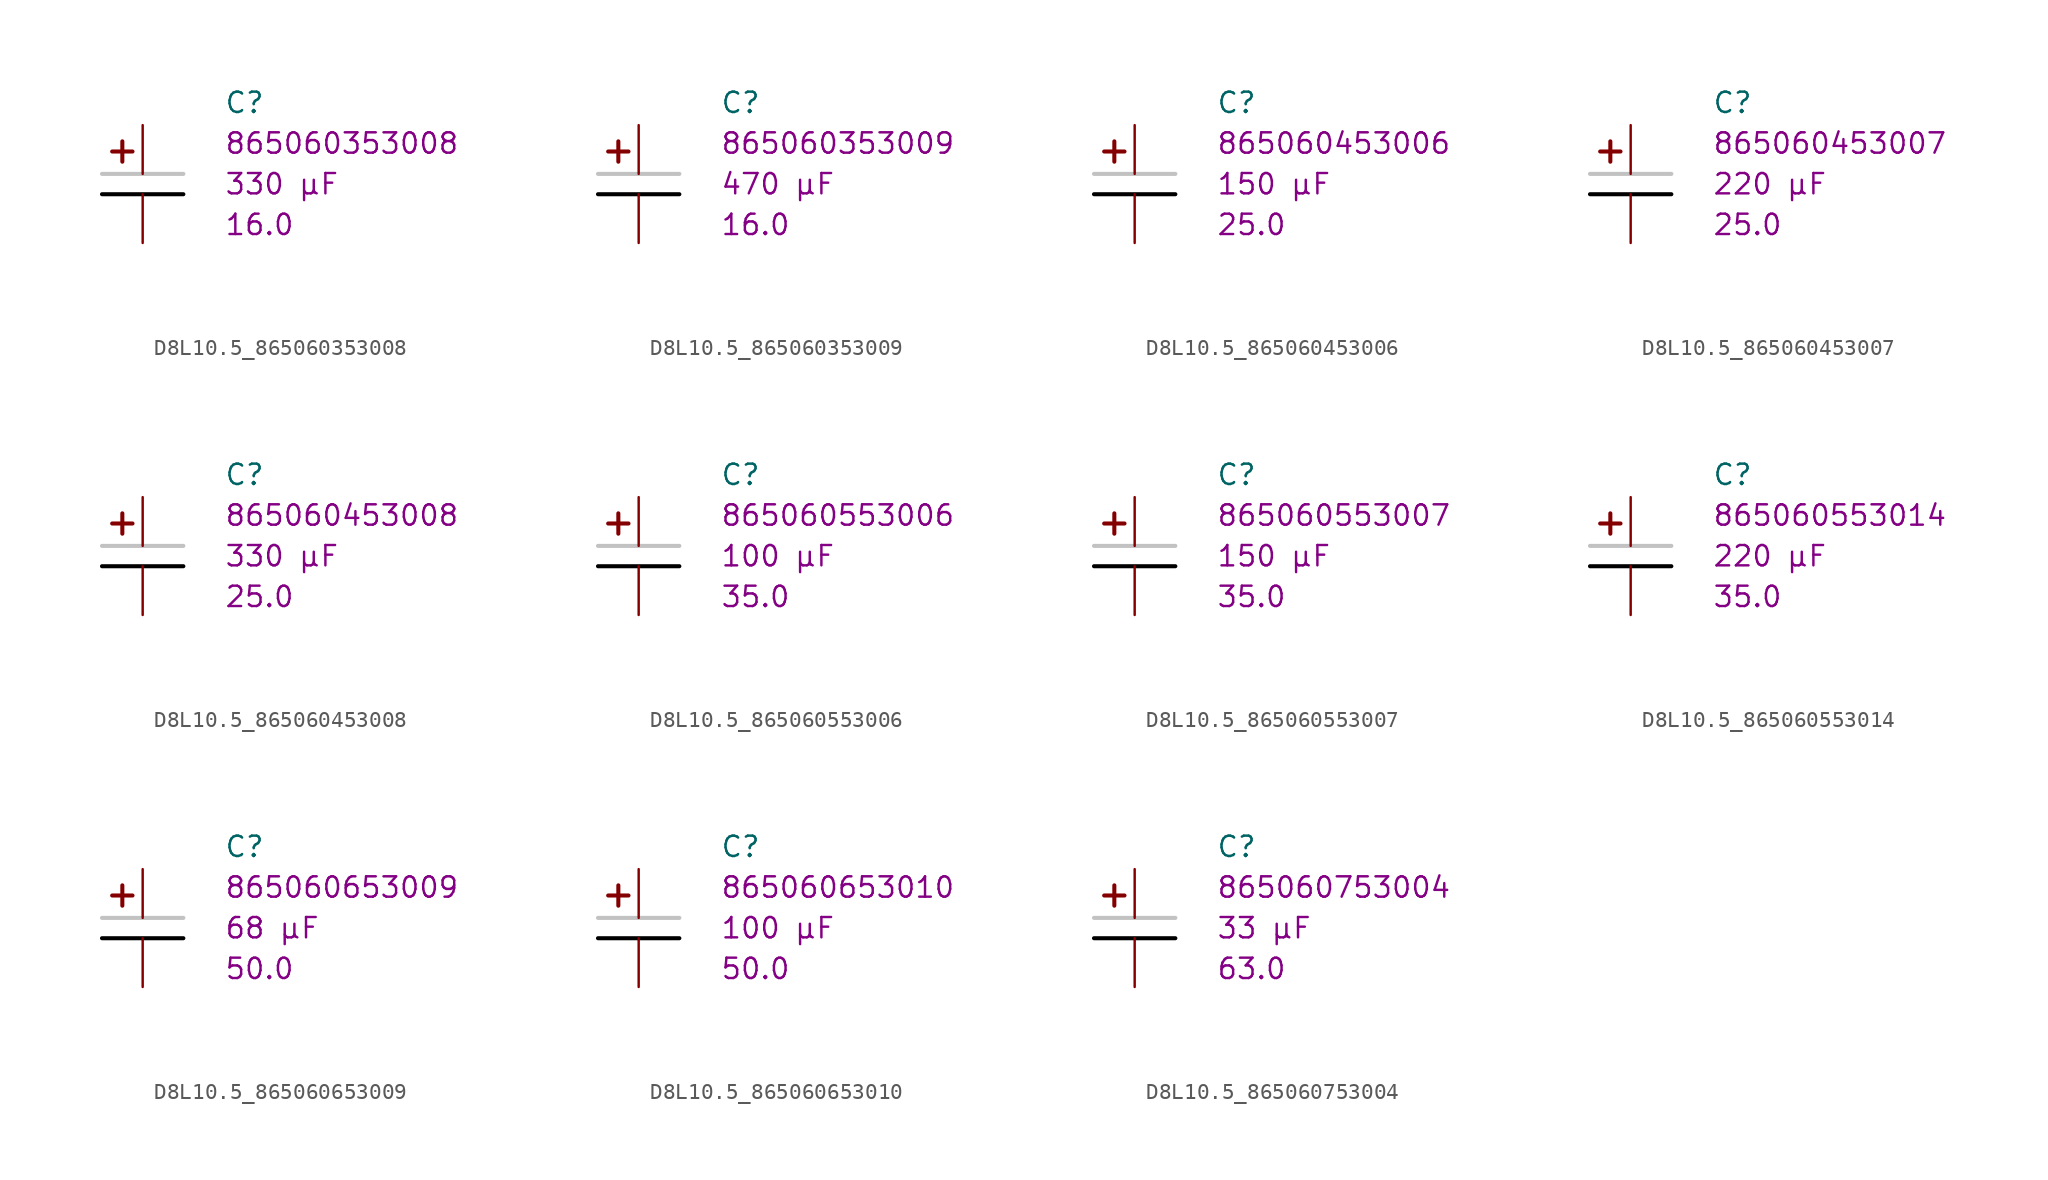
<source format=kicad_sym>
(kicad_symbol_lib
  (version 20220914)
  (generator kicad_symbol_editor)
  (symbol "D8L10.5_865060353008"
    (pin_numbers hide)
    (pin_names hide)
    (property "Reference" "C"
      (at 5.08 5.08 0)
      (effects (font (size 1.27 1.27)) (justify left)))
    (property "Part Number" "865060353008"
      (at 5.08 2.54 0)
      (effects (font (size 1.27 1.27)) (justify left)))
    (property "Capacitance" "330 µF"
      (at 5.08 0 0)
      (effects (font (size 1.27 1.27)) (justify left)))
    (property "Voltage" "16.0"
      (at 5.08 -2.54 0)
      (effects (font (size 1.27 1.27)) (justify left)))
    (property "Critical Parameter" ""
      (at 0 -7.62 0)
      (effects (font (size 1.27 1.27))))
    (symbol "D8L10.5_865060353008_1_1"
      (polyline (pts (xy -1.27 2.667) (xy -1.27 1.397)) (stroke (width 0.254) (type default)) (fill (type none)))
      (polyline (pts (xy -0.635 2.032) (xy -1.905 2.032)) (stroke (width 0.254) (type default)) (fill (type none)))
      (polyline (pts (xy 2.54 -0.635) (xy -2.54 -0.635)) (stroke (width 0.254) (type default) (color 0 0 0 1)) (fill (type none)))
      (polyline (pts (xy 2.54 0.635) (xy -2.54 0.635)) (stroke (width 0.254) (type default) (color 194 194 194 1)) (fill (type none)))
      (pin passive line (at 0 3.679 270) (length 3.044) (name "1" (effects (font (size 1.27 1.27)))) (number "1" (effects (font (size 1.27 1.27)))))
      (pin passive line (at 0 -3.679 90) (length 3.044) (name "2" (effects (font (size 1.27 1.27)))) (number "2" (effects (font (size 1.27 1.27)))))))
  (symbol "D8L10.5_865060353009"
    (pin_numbers hide)
    (pin_names hide)
    (property "Reference" "C"
      (at 5.08 5.08 0)
      (effects (font (size 1.27 1.27)) (justify left)))
    (property "Part Number" "865060353009"
      (at 5.08 2.54 0)
      (effects (font (size 1.27 1.27)) (justify left)))
    (property "Capacitance" "470 µF"
      (at 5.08 0 0)
      (effects (font (size 1.27 1.27)) (justify left)))
    (property "Voltage" "16.0"
      (at 5.08 -2.54 0)
      (effects (font (size 1.27 1.27)) (justify left)))
    (property "Critical Parameter" ""
      (at 0 -7.62 0)
      (effects (font (size 1.27 1.27))))
    (symbol "D8L10.5_865060353009_1_1"
      (polyline (pts (xy -1.27 2.667) (xy -1.27 1.397)) (stroke (width 0.254) (type default)) (fill (type none)))
      (polyline (pts (xy -0.635 2.032) (xy -1.905 2.032)) (stroke (width 0.254) (type default)) (fill (type none)))
      (polyline (pts (xy 2.54 -0.635) (xy -2.54 -0.635)) (stroke (width 0.254) (type default) (color 0 0 0 1)) (fill (type none)))
      (polyline (pts (xy 2.54 0.635) (xy -2.54 0.635)) (stroke (width 0.254) (type default) (color 194 194 194 1)) (fill (type none)))
      (pin passive line (at 0 3.679 270) (length 3.044) (name "1" (effects (font (size 1.27 1.27)))) (number "1" (effects (font (size 1.27 1.27)))))
      (pin passive line (at 0 -3.679 90) (length 3.044) (name "2" (effects (font (size 1.27 1.27)))) (number "2" (effects (font (size 1.27 1.27)))))))
  (symbol "D8L10.5_865060453006"
    (pin_numbers hide)
    (pin_names hide)
    (property "Reference" "C"
      (at 5.08 5.08 0)
      (effects (font (size 1.27 1.27)) (justify left)))
    (property "Part Number" "865060453006"
      (at 5.08 2.54 0)
      (effects (font (size 1.27 1.27)) (justify left)))
    (property "Capacitance" "150 µF"
      (at 5.08 0 0)
      (effects (font (size 1.27 1.27)) (justify left)))
    (property "Voltage" "25.0"
      (at 5.08 -2.54 0)
      (effects (font (size 1.27 1.27)) (justify left)))
    (property "Critical Parameter" ""
      (at 0 -7.62 0)
      (effects (font (size 1.27 1.27))))
    (symbol "D8L10.5_865060453006_1_1"
      (polyline (pts (xy -1.27 2.667) (xy -1.27 1.397)) (stroke (width 0.254) (type default)) (fill (type none)))
      (polyline (pts (xy -0.635 2.032) (xy -1.905 2.032)) (stroke (width 0.254) (type default)) (fill (type none)))
      (polyline (pts (xy 2.54 -0.635) (xy -2.54 -0.635)) (stroke (width 0.254) (type default) (color 0 0 0 1)) (fill (type none)))
      (polyline (pts (xy 2.54 0.635) (xy -2.54 0.635)) (stroke (width 0.254) (type default) (color 194 194 194 1)) (fill (type none)))
      (pin passive line (at 0 3.679 270) (length 3.044) (name "1" (effects (font (size 1.27 1.27)))) (number "1" (effects (font (size 1.27 1.27)))))
      (pin passive line (at 0 -3.679 90) (length 3.044) (name "2" (effects (font (size 1.27 1.27)))) (number "2" (effects (font (size 1.27 1.27)))))))
  (symbol "D8L10.5_865060453007"
    (pin_numbers hide)
    (pin_names hide)
    (property "Reference" "C"
      (at 5.08 5.08 0)
      (effects (font (size 1.27 1.27)) (justify left)))
    (property "Part Number" "865060453007"
      (at 5.08 2.54 0)
      (effects (font (size 1.27 1.27)) (justify left)))
    (property "Capacitance" "220 µF"
      (at 5.08 0 0)
      (effects (font (size 1.27 1.27)) (justify left)))
    (property "Voltage" "25.0"
      (at 5.08 -2.54 0)
      (effects (font (size 1.27 1.27)) (justify left)))
    (property "Critical Parameter" ""
      (at 0 -7.62 0)
      (effects (font (size 1.27 1.27))))
    (symbol "D8L10.5_865060453007_1_1"
      (polyline (pts (xy -1.27 2.667) (xy -1.27 1.397)) (stroke (width 0.254) (type default)) (fill (type none)))
      (polyline (pts (xy -0.635 2.032) (xy -1.905 2.032)) (stroke (width 0.254) (type default)) (fill (type none)))
      (polyline (pts (xy 2.54 -0.635) (xy -2.54 -0.635)) (stroke (width 0.254) (type default) (color 0 0 0 1)) (fill (type none)))
      (polyline (pts (xy 2.54 0.635) (xy -2.54 0.635)) (stroke (width 0.254) (type default) (color 194 194 194 1)) (fill (type none)))
      (pin passive line (at 0 3.679 270) (length 3.044) (name "1" (effects (font (size 1.27 1.27)))) (number "1" (effects (font (size 1.27 1.27)))))
      (pin passive line (at 0 -3.679 90) (length 3.044) (name "2" (effects (font (size 1.27 1.27)))) (number "2" (effects (font (size 1.27 1.27)))))))
  (symbol "D8L10.5_865060453008"
    (pin_numbers hide)
    (pin_names hide)
    (property "Reference" "C"
      (at 5.08 5.08 0)
      (effects (font (size 1.27 1.27)) (justify left)))
    (property "Part Number" "865060453008"
      (at 5.08 2.54 0)
      (effects (font (size 1.27 1.27)) (justify left)))
    (property "Capacitance" "330 µF"
      (at 5.08 0 0)
      (effects (font (size 1.27 1.27)) (justify left)))
    (property "Voltage" "25.0"
      (at 5.08 -2.54 0)
      (effects (font (size 1.27 1.27)) (justify left)))
    (property "Critical Parameter" ""
      (at 0 -7.62 0)
      (effects (font (size 1.27 1.27))))
    (symbol "D8L10.5_865060453008_1_1"
      (polyline (pts (xy -1.27 2.667) (xy -1.27 1.397)) (stroke (width 0.254) (type default)) (fill (type none)))
      (polyline (pts (xy -0.635 2.032) (xy -1.905 2.032)) (stroke (width 0.254) (type default)) (fill (type none)))
      (polyline (pts (xy 2.54 -0.635) (xy -2.54 -0.635)) (stroke (width 0.254) (type default) (color 0 0 0 1)) (fill (type none)))
      (polyline (pts (xy 2.54 0.635) (xy -2.54 0.635)) (stroke (width 0.254) (type default) (color 194 194 194 1)) (fill (type none)))
      (pin passive line (at 0 3.679 270) (length 3.044) (name "1" (effects (font (size 1.27 1.27)))) (number "1" (effects (font (size 1.27 1.27)))))
      (pin passive line (at 0 -3.679 90) (length 3.044) (name "2" (effects (font (size 1.27 1.27)))) (number "2" (effects (font (size 1.27 1.27)))))))
  (symbol "D8L10.5_865060553006"
    (pin_numbers hide)
    (pin_names hide)
    (property "Reference" "C"
      (at 5.08 5.08 0)
      (effects (font (size 1.27 1.27)) (justify left)))
    (property "Part Number" "865060553006"
      (at 5.08 2.54 0)
      (effects (font (size 1.27 1.27)) (justify left)))
    (property "Capacitance" "100 µF"
      (at 5.08 0 0)
      (effects (font (size 1.27 1.27)) (justify left)))
    (property "Voltage" "35.0"
      (at 5.08 -2.54 0)
      (effects (font (size 1.27 1.27)) (justify left)))
    (property "Critical Parameter" ""
      (at 0 -7.62 0)
      (effects (font (size 1.27 1.27))))
    (symbol "D8L10.5_865060553006_1_1"
      (polyline (pts (xy -1.27 2.667) (xy -1.27 1.397)) (stroke (width 0.254) (type default)) (fill (type none)))
      (polyline (pts (xy -0.635 2.032) (xy -1.905 2.032)) (stroke (width 0.254) (type default)) (fill (type none)))
      (polyline (pts (xy 2.54 -0.635) (xy -2.54 -0.635)) (stroke (width 0.254) (type default) (color 0 0 0 1)) (fill (type none)))
      (polyline (pts (xy 2.54 0.635) (xy -2.54 0.635)) (stroke (width 0.254) (type default) (color 194 194 194 1)) (fill (type none)))
      (pin passive line (at 0 3.679 270) (length 3.044) (name "1" (effects (font (size 1.27 1.27)))) (number "1" (effects (font (size 1.27 1.27)))))
      (pin passive line (at 0 -3.679 90) (length 3.044) (name "2" (effects (font (size 1.27 1.27)))) (number "2" (effects (font (size 1.27 1.27)))))))
  (symbol "D8L10.5_865060553007"
    (pin_numbers hide)
    (pin_names hide)
    (property "Reference" "C"
      (at 5.08 5.08 0)
      (effects (font (size 1.27 1.27)) (justify left)))
    (property "Part Number" "865060553007"
      (at 5.08 2.54 0)
      (effects (font (size 1.27 1.27)) (justify left)))
    (property "Capacitance" "150 µF"
      (at 5.08 0 0)
      (effects (font (size 1.27 1.27)) (justify left)))
    (property "Voltage" "35.0"
      (at 5.08 -2.54 0)
      (effects (font (size 1.27 1.27)) (justify left)))
    (property "Critical Parameter" ""
      (at 0 -7.62 0)
      (effects (font (size 1.27 1.27))))
    (symbol "D8L10.5_865060553007_1_1"
      (polyline (pts (xy -1.27 2.667) (xy -1.27 1.397)) (stroke (width 0.254) (type default)) (fill (type none)))
      (polyline (pts (xy -0.635 2.032) (xy -1.905 2.032)) (stroke (width 0.254) (type default)) (fill (type none)))
      (polyline (pts (xy 2.54 -0.635) (xy -2.54 -0.635)) (stroke (width 0.254) (type default) (color 0 0 0 1)) (fill (type none)))
      (polyline (pts (xy 2.54 0.635) (xy -2.54 0.635)) (stroke (width 0.254) (type default) (color 194 194 194 1)) (fill (type none)))
      (pin passive line (at 0 3.679 270) (length 3.044) (name "1" (effects (font (size 1.27 1.27)))) (number "1" (effects (font (size 1.27 1.27)))))
      (pin passive line (at 0 -3.679 90) (length 3.044) (name "2" (effects (font (size 1.27 1.27)))) (number "2" (effects (font (size 1.27 1.27)))))))
  (symbol "D8L10.5_865060553014"
    (pin_numbers hide)
    (pin_names hide)
    (property "Reference" "C"
      (at 5.08 5.08 0)
      (effects (font (size 1.27 1.27)) (justify left)))
    (property "Part Number" "865060553014"
      (at 5.08 2.54 0)
      (effects (font (size 1.27 1.27)) (justify left)))
    (property "Capacitance" "220 µF"
      (at 5.08 0 0)
      (effects (font (size 1.27 1.27)) (justify left)))
    (property "Voltage" "35.0"
      (at 5.08 -2.54 0)
      (effects (font (size 1.27 1.27)) (justify left)))
    (property "Critical Parameter" ""
      (at 0 -7.62 0)
      (effects (font (size 1.27 1.27))))
    (symbol "D8L10.5_865060553014_1_1"
      (polyline (pts (xy -1.27 2.667) (xy -1.27 1.397)) (stroke (width 0.254) (type default)) (fill (type none)))
      (polyline (pts (xy -0.635 2.032) (xy -1.905 2.032)) (stroke (width 0.254) (type default)) (fill (type none)))
      (polyline (pts (xy 2.54 -0.635) (xy -2.54 -0.635)) (stroke (width 0.254) (type default) (color 0 0 0 1)) (fill (type none)))
      (polyline (pts (xy 2.54 0.635) (xy -2.54 0.635)) (stroke (width 0.254) (type default) (color 194 194 194 1)) (fill (type none)))
      (pin passive line (at 0 3.679 270) (length 3.044) (name "1" (effects (font (size 1.27 1.27)))) (number "1" (effects (font (size 1.27 1.27)))))
      (pin passive line (at 0 -3.679 90) (length 3.044) (name "2" (effects (font (size 1.27 1.27)))) (number "2" (effects (font (size 1.27 1.27)))))))
  (symbol "D8L10.5_865060653009"
    (pin_numbers hide)
    (pin_names hide)
    (property "Reference" "C"
      (at 5.08 5.08 0)
      (effects (font (size 1.27 1.27)) (justify left)))
    (property "Part Number" "865060653009"
      (at 5.08 2.54 0)
      (effects (font (size 1.27 1.27)) (justify left)))
    (property "Capacitance" "68 µF"
      (at 5.08 0 0)
      (effects (font (size 1.27 1.27)) (justify left)))
    (property "Voltage" "50.0"
      (at 5.08 -2.54 0)
      (effects (font (size 1.27 1.27)) (justify left)))
    (property "Critical Parameter" ""
      (at 0 -7.62 0)
      (effects (font (size 1.27 1.27))))
    (symbol "D8L10.5_865060653009_1_1"
      (polyline (pts (xy -1.27 2.667) (xy -1.27 1.397)) (stroke (width 0.254) (type default)) (fill (type none)))
      (polyline (pts (xy -0.635 2.032) (xy -1.905 2.032)) (stroke (width 0.254) (type default)) (fill (type none)))
      (polyline (pts (xy 2.54 -0.635) (xy -2.54 -0.635)) (stroke (width 0.254) (type default) (color 0 0 0 1)) (fill (type none)))
      (polyline (pts (xy 2.54 0.635) (xy -2.54 0.635)) (stroke (width 0.254) (type default) (color 194 194 194 1)) (fill (type none)))
      (pin passive line (at 0 3.679 270) (length 3.044) (name "1" (effects (font (size 1.27 1.27)))) (number "1" (effects (font (size 1.27 1.27)))))
      (pin passive line (at 0 -3.679 90) (length 3.044) (name "2" (effects (font (size 1.27 1.27)))) (number "2" (effects (font (size 1.27 1.27)))))))
  (symbol "D8L10.5_865060653010"
    (pin_numbers hide)
    (pin_names hide)
    (property "Reference" "C"
      (at 5.08 5.08 0)
      (effects (font (size 1.27 1.27)) (justify left)))
    (property "Part Number" "865060653010"
      (at 5.08 2.54 0)
      (effects (font (size 1.27 1.27)) (justify left)))
    (property "Capacitance" "100 µF"
      (at 5.08 0 0)
      (effects (font (size 1.27 1.27)) (justify left)))
    (property "Voltage" "50.0"
      (at 5.08 -2.54 0)
      (effects (font (size 1.27 1.27)) (justify left)))
    (property "Critical Parameter" ""
      (at 0 -7.62 0)
      (effects (font (size 1.27 1.27))))
    (symbol "D8L10.5_865060653010_1_1"
      (polyline (pts (xy -1.27 2.667) (xy -1.27 1.397)) (stroke (width 0.254) (type default)) (fill (type none)))
      (polyline (pts (xy -0.635 2.032) (xy -1.905 2.032)) (stroke (width 0.254) (type default)) (fill (type none)))
      (polyline (pts (xy 2.54 -0.635) (xy -2.54 -0.635)) (stroke (width 0.254) (type default) (color 0 0 0 1)) (fill (type none)))
      (polyline (pts (xy 2.54 0.635) (xy -2.54 0.635)) (stroke (width 0.254) (type default) (color 194 194 194 1)) (fill (type none)))
      (pin passive line (at 0 3.679 270) (length 3.044) (name "1" (effects (font (size 1.27 1.27)))) (number "1" (effects (font (size 1.27 1.27)))))
      (pin passive line (at 0 -3.679 90) (length 3.044) (name "2" (effects (font (size 1.27 1.27)))) (number "2" (effects (font (size 1.27 1.27)))))))
  (symbol "D8L10.5_865060753004"
    (pin_numbers hide)
    (pin_names hide)
    (property "Reference" "C"
      (at 5.08 5.08 0)
      (effects (font (size 1.27 1.27)) (justify left)))
    (property "Part Number" "865060753004"
      (at 5.08 2.54 0)
      (effects (font (size 1.27 1.27)) (justify left)))
    (property "Capacitance" "33 µF"
      (at 5.08 0 0)
      (effects (font (size 1.27 1.27)) (justify left)))
    (property "Voltage" "63.0"
      (at 5.08 -2.54 0)
      (effects (font (size 1.27 1.27)) (justify left)))
    (property "Critical Parameter" ""
      (at 0 -7.62 0)
      (effects (font (size 1.27 1.27))))
    (symbol "D8L10.5_865060753004_1_1"
      (polyline (pts (xy -1.27 2.667) (xy -1.27 1.397)) (stroke (width 0.254) (type default)) (fill (type none)))
      (polyline (pts (xy -0.635 2.032) (xy -1.905 2.032)) (stroke (width 0.254) (type default)) (fill (type none)))
      (polyline (pts (xy 2.54 -0.635) (xy -2.54 -0.635)) (stroke (width 0.254) (type default) (color 0 0 0 1)) (fill (type none)))
      (polyline (pts (xy 2.54 0.635) (xy -2.54 0.635)) (stroke (width 0.254) (type default) (color 194 194 194 1)) (fill (type none)))
      (pin passive line (at 0 3.679 270) (length 3.044) (name "1" (effects (font (size 1.27 1.27)))) (number "1" (effects (font (size 1.27 1.27)))))
      (pin passive line (at 0 -3.679 90) (length 3.044) (name "2" (effects (font (size 1.27 1.27)))) (number "2" (effects (font (size 1.27 1.27))))))))
</source>
